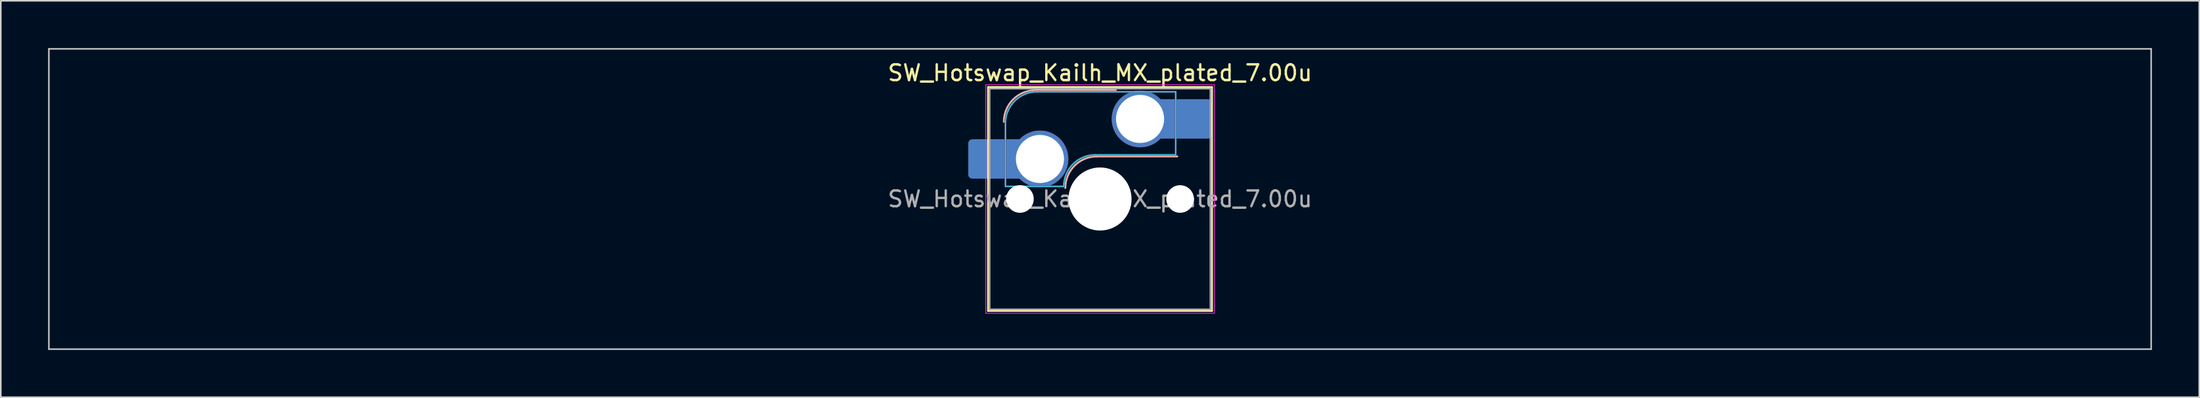
<source format=kicad_pcb>
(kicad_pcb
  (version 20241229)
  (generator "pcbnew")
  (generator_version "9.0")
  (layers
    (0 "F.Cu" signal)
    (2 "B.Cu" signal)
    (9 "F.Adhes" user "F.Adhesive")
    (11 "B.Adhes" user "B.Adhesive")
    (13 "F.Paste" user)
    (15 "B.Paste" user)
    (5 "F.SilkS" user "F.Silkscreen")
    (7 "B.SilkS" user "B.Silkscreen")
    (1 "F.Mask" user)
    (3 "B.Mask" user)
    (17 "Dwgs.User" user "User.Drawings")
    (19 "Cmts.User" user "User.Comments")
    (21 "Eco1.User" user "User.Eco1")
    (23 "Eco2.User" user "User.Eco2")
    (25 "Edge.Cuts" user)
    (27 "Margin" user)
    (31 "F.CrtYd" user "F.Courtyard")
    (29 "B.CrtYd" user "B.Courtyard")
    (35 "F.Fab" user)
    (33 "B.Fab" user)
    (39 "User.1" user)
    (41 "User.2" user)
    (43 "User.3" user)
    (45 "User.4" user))
  (footprint "SW_Hotswap_Kailh_MX_plated_7.00u"
    (layer "F.Cu")
    (at 66.725 9.575)
    (property "Reference" "SW_Hotswap_Kailh_MX_plated_7.00u" (at 0 -8 0) (layer "F.SilkS") (effects (font (size 1 1) (thickness 0.15))))
    (attr smd)
    (fp_line (start -7.1 -7.1) (end -7.1 7.1) (stroke (width 0.12) (type solid)) (layer "F.SilkS"))
    (fp_line (start -7.1 7.1) (end 7.1 7.1) (stroke (width 0.12) (type solid)) (layer "F.SilkS"))
    (fp_line (start 7.1 -7.1) (end -7.1 -7.1) (stroke (width 0.12) (type solid)) (layer "F.SilkS"))
    (fp_line (start 7.1 7.1) (end 7.1 -7.1) (stroke (width 0.12) (type solid)) (layer "F.SilkS"))
    (fp_line (start -4.1 -6.9) (end 1 -6.9) (stroke (width 0.12) (type solid)) (layer "B.SilkS"))
    (fp_line (start -0.2 -2.7) (end 4.9 -2.7) (stroke (width 0.12) (type solid)) (layer "B.SilkS"))
    (fp_arc (start -6.1 -4.9) (mid -5.514214 -6.314214) (end -4.1 -6.9) (stroke (width 0.12) (type solid)) (layer "B.SilkS"))
    (fp_arc (start -2.2 -0.7) (mid -1.614214 -2.114214) (end -0.2 -2.7) (stroke (width 0.12) (type solid)) (layer "B.SilkS"))
    (fp_line (start -66.675 -9.525) (end -66.675 9.525) (stroke (width 0.1) (type solid)) (layer "Dwgs.User"))
    (fp_line (start -66.675 9.525) (end 66.675 9.525) (stroke (width 0.1) (type solid)) (layer "Dwgs.User"))
    (fp_line (start 66.675 -9.525) (end -66.675 -9.525) (stroke (width 0.1) (type solid)) (layer "Dwgs.User"))
    (fp_line (start 66.675 9.525) (end 66.675 -9.525) (stroke (width 0.1) (type solid)) (layer "Dwgs.User"))
    (fp_line (start -7.8 -6) (end -7 -6) (stroke (width 0.1) (type solid)) (layer "Eco1.User"))
    (fp_line (start -7.8 -2.9) (end -7.8 -6) (stroke (width 0.1) (type solid)) (layer "Eco1.User"))
    (fp_line (start -7.8 2.9) (end -7 2.9) (stroke (width 0.1) (type solid)) (layer "Eco1.User"))
    (fp_line (start -7.8 6) (end -7.8 2.9) (stroke (width 0.1) (type solid)) (layer "Eco1.User"))
    (fp_line (start -7 -7) (end 7 -7) (stroke (width 0.1) (type solid)) (layer "Eco1.User"))
    (fp_line (start -7 -6) (end -7 -7) (stroke (width 0.1) (type solid)) (layer "Eco1.User"))
    (fp_line (start -7 -2.9) (end -7.8 -2.9) (stroke (width 0.1) (type solid)) (layer "Eco1.User"))
    (fp_line (start -7 2.9) (end -7 -2.9) (stroke (width 0.1) (type solid)) (layer "Eco1.User"))
    (fp_line (start -7 6) (end -7.8 6) (stroke (width 0.1) (type solid)) (layer "Eco1.User"))
    (fp_line (start -7 7) (end -7 6) (stroke (width 0.1) (type solid)) (layer "Eco1.User"))
    (fp_line (start 7 -7) (end 7 -6) (stroke (width 0.1) (type solid)) (layer "Eco1.User"))
    (fp_line (start 7 -6) (end 7.8 -6) (stroke (width 0.1) (type solid)) (layer "Eco1.User"))
    (fp_line (start 7 -2.9) (end 7 2.9) (stroke (width 0.1) (type solid)) (layer "Eco1.User"))
    (fp_line (start 7 2.9) (end 7.8 2.9) (stroke (width 0.1) (type solid)) (layer "Eco1.User"))
    (fp_line (start 7 6) (end 7 7) (stroke (width 0.1) (type solid)) (layer "Eco1.User"))
    (fp_line (start 7 7) (end -7 7) (stroke (width 0.1) (type solid)) (layer "Eco1.User"))
    (fp_line (start 7.8 -6) (end 7.8 -2.9) (stroke (width 0.1) (type solid)) (layer "Eco1.User"))
    (fp_line (start 7.8 -2.9) (end 7 -2.9) (stroke (width 0.1) (type solid)) (layer "Eco1.User"))
    (fp_line (start 7.8 2.9) (end 7.8 6) (stroke (width 0.1) (type solid)) (layer "Eco1.User"))
    (fp_line (start 7.8 6) (end 7 6) (stroke (width 0.1) (type solid)) (layer "Eco1.User"))
    (fp_line (start -6 -0.8) (end -6 -4.8) (stroke (width 0.05) (type solid)) (layer "B.CrtYd"))
    (fp_line (start -6 -0.8) (end -2.3 -0.8) (stroke (width 0.05) (type solid)) (layer "B.CrtYd"))
    (fp_line (start -4 -6.8) (end 4.8 -6.8) (stroke (width 0.05) (type solid)) (layer "B.CrtYd"))
    (fp_line (start -0.3 -2.8) (end 4.8 -2.8) (stroke (width 0.05) (type solid)) (layer "B.CrtYd"))
    (fp_line (start 4.8 -6.8) (end 4.8 -2.8) (stroke (width 0.05) (type solid)) (layer "B.CrtYd"))
    (fp_arc (start -6 -4.8) (mid -5.414214 -6.214214) (end -4 -6.8) (stroke (width 0.05) (type solid)) (layer "B.CrtYd"))
    (fp_arc (start -2.3 -0.8) (mid -1.714214 -2.214214) (end -0.3 -2.8) (stroke (width 0.05) (type solid)) (layer "B.CrtYd"))
    (fp_line (start -7.25 -7.25) (end -7.25 7.25) (stroke (width 0.05) (type solid)) (layer "F.CrtYd"))
    (fp_line (start -7.25 7.25) (end 7.25 7.25) (stroke (width 0.05) (type solid)) (layer "F.CrtYd"))
    (fp_line (start 7.25 -7.25) (end -7.25 -7.25) (stroke (width 0.05) (type solid)) (layer "F.CrtYd"))
    (fp_line (start 7.25 7.25) (end 7.25 -7.25) (stroke (width 0.05) (type solid)) (layer "F.CrtYd"))
    (fp_line (start -6 -0.8) (end -6 -4.8) (stroke (width 0.12) (type solid)) (layer "B.Fab"))
    (fp_line (start -6 -0.8) (end -2.3 -0.8) (stroke (width 0.12) (type solid)) (layer "B.Fab"))
    (fp_line (start -4 -6.8) (end 4.8 -6.8) (stroke (width 0.12) (type solid)) (layer "B.Fab"))
    (fp_line (start -0.3 -2.8) (end 4.8 -2.8) (stroke (width 0.12) (type solid)) (layer "B.Fab"))
    (fp_line (start 4.8 -6.8) (end 4.8 -2.8) (stroke (width 0.12) (type solid)) (layer "B.Fab"))
    (fp_arc (start -6 -4.8) (mid -5.414214 -6.214214) (end -4 -6.8) (stroke (width 0.12) (type solid)) (layer "B.Fab"))
    (fp_arc (start -2.3 -0.8) (mid -1.714214 -2.214214) (end -0.3 -2.8) (stroke (width 0.12) (type solid)) (layer "B.Fab"))
    (fp_line (start -7 -7) (end -7 7) (stroke (width 0.1) (type solid)) (layer "F.Fab"))
    (fp_line (start -7 7) (end 7 7) (stroke (width 0.1) (type solid)) (layer "F.Fab"))
    (fp_line (start 7 -7) (end -7 -7) (stroke (width 0.1) (type solid)) (layer "F.Fab"))
    (fp_line (start 7 7) (end 7 -7) (stroke (width 0.1) (type solid)) (layer "F.Fab"))
    (fp_text user "${REFERENCE}" (at 0 0 0) (layer "F.Fab") (effects (font (size 1 1) (thickness 0.15))))
    (pad "" smd roundrect (at -7.085 -2.54) (size 2.55 2.5) (layers "B.Mask" "B.Paste") (roundrect_rratio 0.1))
    (pad "" np_thru_hole circle (at -5.08 0) (size 1.75 1.75) (drill 1.75) (layers "*.Cu" "*.Mask"))
    (pad "" smd circle (at -3.81 -2.54) (size 3.1 3.1) (layers "F.Mask"))
    (pad "" np_thru_hole circle (at 0 0) (size 4 4) (drill 4) (layers "*.Cu" "*.Mask"))
    (pad "" smd circle (at 2.54 -5.08) (size 3.1 3.1) (layers "F.Mask"))
    (pad "" np_thru_hole circle (at 5.08 0) (size 1.75 1.75) (drill 1.75) (layers "*.Cu" "*.Mask"))
    (pad "" smd roundrect (at 5.842 -5.08) (size 2.55 2.5) (layers "B.Mask" "B.Paste") (roundrect_rratio 0.1))
    (pad "1" smd roundrect (at -6.585 -2.54) (size 3.55 2.5) (layers "B.Cu") (roundrect_rratio 0.1))
    (pad "1" thru_hole circle (at -3.81 -2.54) (size 3.6 3.6) (drill 3.05) (layers "*.Cu" "B.Mask"))
    (pad "2" thru_hole circle (at 2.54 -5.08) (size 3.6 3.6) (drill 3.05) (layers "*.Cu" "B.Mask"))
    (pad "2" smd roundrect (at 5.32 -5.08) (size 3.55 2.5) (layers "B.Cu") (roundrect_rratio 0.1)))
  (gr_rect
    (start -3 -3)
    (end 136.45 22.15)
    (stroke (width 0.1) (type default))
    (fill no)
    (layer "Edge.Cuts")))
</source>
